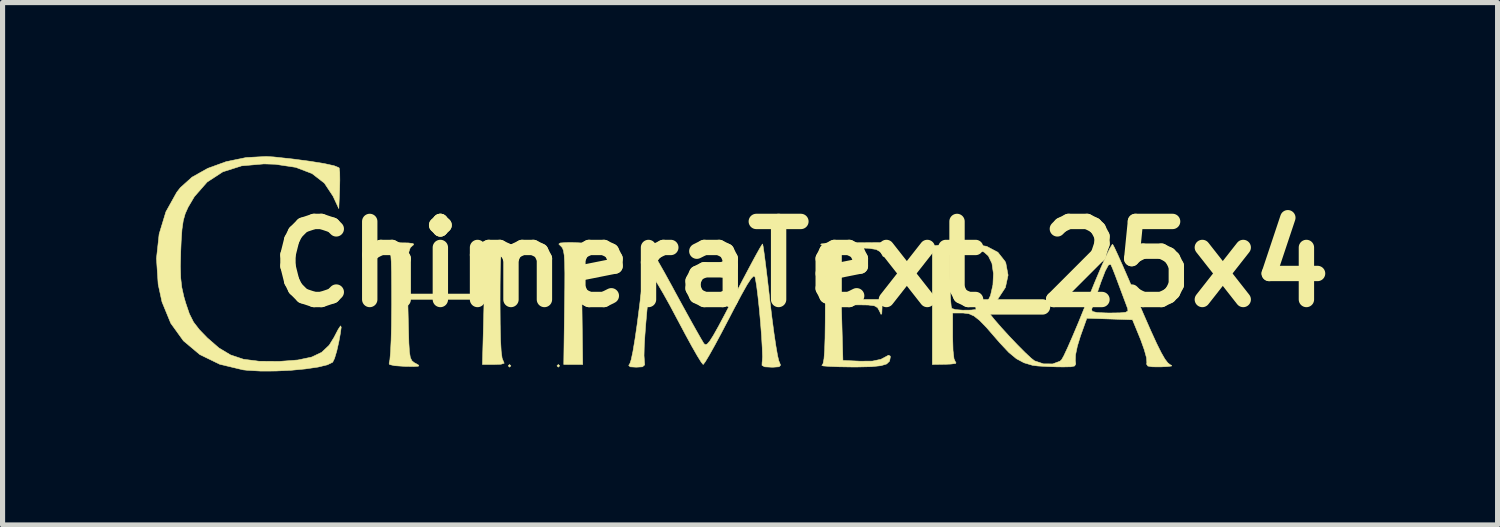
<source format=kicad_pcb>
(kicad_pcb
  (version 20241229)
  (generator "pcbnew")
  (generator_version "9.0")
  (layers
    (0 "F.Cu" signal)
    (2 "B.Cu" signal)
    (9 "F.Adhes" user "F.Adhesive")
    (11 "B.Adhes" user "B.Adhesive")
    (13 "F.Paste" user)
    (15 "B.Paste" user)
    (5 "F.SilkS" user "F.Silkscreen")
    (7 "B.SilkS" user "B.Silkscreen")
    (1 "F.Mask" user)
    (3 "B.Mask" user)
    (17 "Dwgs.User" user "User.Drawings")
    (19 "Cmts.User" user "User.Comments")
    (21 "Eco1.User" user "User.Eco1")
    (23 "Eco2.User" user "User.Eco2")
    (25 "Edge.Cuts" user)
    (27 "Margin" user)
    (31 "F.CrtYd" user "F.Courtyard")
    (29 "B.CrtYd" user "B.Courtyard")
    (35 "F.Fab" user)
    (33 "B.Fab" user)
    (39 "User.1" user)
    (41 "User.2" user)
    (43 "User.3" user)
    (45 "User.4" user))
  (footprint "ChimeraText_25x4"
    (layer "F.Cu")
    (at 12.587 2.108)
    (property "Reference" "ChimeraText_25x4" (at 0 0 0) (layer "F.SilkS") (effects (font (size 1.524 1.524) (thickness 0.3))))
    (attr through_hole)
    (fp_poly (pts (xy -5.662 1.984) (xy -5.689 2.011) (xy -5.715 1.984) (xy -5.689 1.958) (xy -5.662 1.984)) (stroke (width 0.01) (type solid)) (fill yes) (layer "F.SilkS"))
    (fp_poly (pts (xy -4.71 1.984) (xy -4.736 2.011) (xy -4.763 1.984) (xy -4.736 1.958) (xy -4.71 1.984)) (stroke (width 0.01) (type solid)) (fill yes) (layer "F.SilkS"))
    (fp_poly (pts (xy 2.469 -0.406) (xy 2.462 -0.374) (xy 2.434 -0.37) (xy 2.391 -0.39) (xy 2.399 -0.406) (xy 2.462 -0.412) (xy 2.469 -0.406)) (stroke (width 0.01) (type solid)) (fill yes) (layer "F.SilkS"))
    (fp_poly (pts (xy -4.307 -0.416) (xy -4.223 -0.399) (xy -4.222 -0.378) (xy -4.245 -0.34) (xy -4.262 -0.252) (xy -4.273 -0.102) (xy -4.278 0.121) (xy -4.279 0.427) (xy -4.275 0.811) (xy -4.26 1.958) (xy -4.445 1.958) (xy -4.63 1.958) (xy -4.615 0.834) (xy -4.61 0.459) (xy -4.609 0.175) (xy -4.613 -0.031) (xy -4.621 -0.173) (xy -4.636 -0.264) (xy -4.657 -0.32) (xy -4.686 -0.353) (xy -4.691 -0.356) (xy -4.727 -0.393) (xy -4.698 -0.414) (xy -4.587 -0.422) (xy -4.468 -0.423) (xy -4.307 -0.416)) (stroke (width 0.01) (type solid)) (fill yes) (layer "F.SilkS"))
    (fp_poly (pts (xy 1.636 -0.251) (xy 1.626 -0.158) (xy 1.606 -0.149) (xy 1.602 -0.159) (xy 1.554 -0.24) (xy 1.469 -0.288) (xy 1.325 -0.311) (xy 1.124 -0.317) (xy 0.794 -0.318) (xy 0.794 0.688) (xy 1.587 0.688) (xy 1.584 0.86) (xy 1.579 0.968) (xy 1.564 0.98) (xy 1.533 0.913) (xy 1.496 0.848) (xy 1.432 0.812) (xy 1.314 0.797) (xy 1.138 0.794) (xy 0.79 0.794) (xy 0.805 1.336) (xy 0.82 1.879) (xy 1.156 1.894) (xy 1.398 1.892) (xy 1.562 1.857) (xy 1.619 1.827) (xy 1.711 1.777) (xy 1.745 1.795) (xy 1.746 1.814) (xy 1.731 1.893) (xy 1.674 1.948) (xy 1.562 1.982) (xy 1.379 2.001) (xy 1.111 2.007) (xy 0.982 2.007) (xy 0.744 2.003) (xy 0.557 1.996) (xy 0.439 1.987) (xy 0.408 1.977) (xy 0.41 1.976) (xy 0.433 1.94) (xy 0.451 1.845) (xy 0.463 1.683) (xy 0.471 1.443) (xy 0.475 1.115) (xy 0.476 0.793) (xy 0.476 0.413) (xy 0.473 0.126) (xy 0.468 -0.082) (xy 0.458 -0.224) (xy 0.444 -0.312) (xy 0.423 -0.361) (xy 0.395 -0.383) (xy 0.384 -0.387) (xy 0.398 -0.396) (xy 0.501 -0.405) (xy 0.677 -0.412) (xy 0.911 -0.417) (xy 0.966 -0.417) (xy 1.64 -0.423) (xy 1.636 -0.251)) (stroke (width 0.01) (type solid)) (fill yes) (layer "F.SilkS"))
    (fp_poly (pts (xy -6.058 -0.422) (xy -5.867 -0.417) (xy -5.772 -0.404) (xy -5.762 -0.38) (xy -5.781 -0.366) (xy -5.813 -0.339) (xy -5.836 -0.29) (xy -5.853 -0.204) (xy -5.864 -0.069) (xy -5.87 0.131) (xy -5.873 0.409) (xy -5.874 0.759) (xy -5.871 1.168) (xy -5.864 1.478) (xy -5.852 1.698) (xy -5.834 1.834) (xy -5.81 1.894) (xy -5.793 1.934) (xy -5.854 1.953) (xy -5.982 1.958) (xy -6.218 1.958) (xy -6.201 1.323) (xy -6.185 0.688) (xy -7.676 0.688) (xy -7.661 1.282) (xy -7.654 1.54) (xy -7.643 1.713) (xy -7.626 1.821) (xy -7.596 1.884) (xy -7.551 1.922) (xy -7.516 1.94) (xy -7.459 1.974) (xy -7.468 1.992) (xy -7.557 1.998) (xy -7.737 1.995) (xy -7.738 1.995) (xy -7.929 1.982) (xy -8.03 1.96) (xy -8.04 1.934) (xy -8.025 1.868) (xy -8.012 1.712) (xy -8.001 1.484) (xy -7.994 1.198) (xy -7.991 0.872) (xy -7.99 0.791) (xy -7.991 0.425) (xy -7.993 0.151) (xy -7.998 -0.046) (xy -8.007 -0.18) (xy -8.023 -0.264) (xy -8.046 -0.313) (xy -8.077 -0.342) (xy -8.109 -0.359) (xy -8.155 -0.389) (xy -8.13 -0.407) (xy -8.023 -0.415) (xy -7.858 -0.418) (xy -7.667 -0.415) (xy -7.571 -0.403) (xy -7.561 -0.38) (xy -7.58 -0.366) (xy -7.627 -0.321) (xy -7.655 -0.238) (xy -7.669 -0.095) (xy -7.673 0.131) (xy -7.673 0.582) (xy -6.191 0.582) (xy -6.191 0.162) (xy -6.194 -0.054) (xy -6.208 -0.189) (xy -6.238 -0.272) (xy -6.291 -0.328) (xy -6.309 -0.341) (xy -6.363 -0.384) (xy -6.363 -0.408) (xy -6.292 -0.419) (xy -6.137 -0.422) (xy -6.058 -0.422)) (stroke (width 0.01) (type solid)) (fill yes) (layer "F.SilkS"))
    (fp_poly (pts (xy -10.292 -2.094) (xy -9.898 -2.051) (xy -9.563 -2.006) (xy -9.299 -1.963) (xy -9.114 -1.922) (xy -9.022 -1.885) (xy -9.014 -1.876) (xy -9.004 -1.795) (xy -9.002 -1.642) (xy -9.006 -1.45) (xy -9.022 -1.085) (xy -9.135 -1.328) (xy -9.303 -1.582) (xy -9.544 -1.769) (xy -9.863 -1.891) (xy -10.263 -1.951) (xy -10.484 -1.958) (xy -10.919 -1.92) (xy -11.287 -1.803) (xy -11.592 -1.604) (xy -11.842 -1.319) (xy -11.965 -1.111) (xy -12.021 -0.986) (xy -12.059 -0.851) (xy -12.084 -0.679) (xy -12.1 -0.444) (xy -12.108 -0.253) (xy -12.115 0.043) (xy -12.109 0.266) (xy -12.088 0.451) (xy -12.048 0.631) (xy -12.013 0.753) (xy -11.94 0.968) (xy -11.859 1.13) (xy -11.743 1.28) (xy -11.589 1.439) (xy -11.362 1.636) (xy -11.135 1.772) (xy -10.883 1.856) (xy -10.58 1.895) (xy -10.203 1.898) (xy -10.169 1.897) (xy -9.819 1.87) (xy -9.554 1.814) (xy -9.357 1.721) (xy -9.21 1.582) (xy -9.117 1.432) (xy -9.034 1.273) (xy -8.988 1.204) (xy -8.975 1.23) (xy -8.992 1.353) (xy -9.02 1.508) (xy -9.062 1.695) (xy -9.106 1.841) (xy -9.142 1.914) (xy -9.244 1.964) (xy -9.429 2.009) (xy -9.675 2.045) (xy -9.958 2.072) (xy -10.257 2.086) (xy -10.548 2.087) (xy -10.808 2.072) (xy -10.89 2.063) (xy -11.347 1.954) (xy -11.737 1.764) (xy -12.056 1.496) (xy -12.303 1.153) (xy -12.474 0.737) (xy -12.549 0.392) (xy -12.582 -0.111) (xy -12.53 -0.588) (xy -12.398 -1.023) (xy -12.188 -1.401) (xy -12.117 -1.493) (xy -11.888 -1.699) (xy -11.581 -1.871) (xy -11.221 -2.002) (xy -10.832 -2.082) (xy -10.441 -2.103) (xy -10.292 -2.094)) (stroke (width 0.01) (type solid)) (fill yes) (layer "F.SilkS"))
    (fp_poly (pts (xy -0.736 -0.338) (xy -0.715 -0.193) (xy -0.687 0.025) (xy -0.653 0.302) (xy -0.616 0.62) (xy -0.606 0.708) (xy -0.566 1.042) (xy -0.526 1.344) (xy -0.488 1.599) (xy -0.455 1.787) (xy -0.43 1.892) (xy -0.425 1.901) (xy -0.397 1.971) (xy -0.426 2.003) (xy -0.536 2.011) (xy -0.575 2.011) (xy -0.708 2.004) (xy -0.76 1.975) (xy -0.757 1.907) (xy -0.755 1.9) (xy -0.749 1.808) (xy -0.755 1.635) (xy -0.768 1.407) (xy -0.788 1.146) (xy -0.812 0.879) (xy -0.839 0.629) (xy -0.865 0.421) (xy -0.889 0.28) (xy -0.898 0.244) (xy -0.924 0.232) (xy -0.974 0.283) (xy -1.053 0.404) (xy -1.165 0.604) (xy -1.316 0.889) (xy -1.4 1.051) (xy -1.547 1.332) (xy -1.679 1.578) (xy -1.788 1.773) (xy -1.867 1.905) (xy -1.907 1.958) (xy -1.909 1.958) (xy -1.946 1.913) (xy -2.023 1.789) (xy -2.131 1.6) (xy -2.262 1.36) (xy -2.408 1.085) (xy -2.409 1.084) (xy -2.554 0.811) (xy -2.685 0.576) (xy -2.793 0.392) (xy -2.87 0.274) (xy -2.907 0.236) (xy -2.907 0.236) (xy -2.928 0.296) (xy -2.952 0.44) (xy -2.978 0.644) (xy -3.004 0.886) (xy -3.027 1.144) (xy -3.046 1.394) (xy -3.059 1.616) (xy -3.063 1.785) (xy -3.057 1.874) (xy -3.05 1.966) (xy -3.094 2.004) (xy -3.215 2.011) (xy -3.333 2.004) (xy -3.362 1.976) (xy -3.337 1.936) (xy -3.313 1.862) (xy -3.279 1.701) (xy -3.24 1.467) (xy -3.198 1.179) (xy -3.156 0.853) (xy -3.144 0.758) (xy -3.105 0.427) (xy -3.069 0.132) (xy -3.038 -0.112) (xy -3.015 -0.289) (xy -3.002 -0.381) (xy -3 -0.389) (xy -2.972 -0.359) (xy -2.902 -0.248) (xy -2.797 -0.07) (xy -2.665 0.162) (xy -2.514 0.436) (xy -2.473 0.513) (xy -2.313 0.806) (xy -2.167 1.071) (xy -2.043 1.293) (xy -1.95 1.456) (xy -1.897 1.545) (xy -1.892 1.552) (xy -1.865 1.572) (xy -1.829 1.559) (xy -1.779 1.501) (xy -1.708 1.389) (xy -1.609 1.213) (xy -1.476 0.963) (xy -1.302 0.628) (xy -1.296 0.615) (xy -1.141 0.317) (xy -1.002 0.054) (xy -0.887 -0.16) (xy -0.802 -0.312) (xy -0.755 -0.388) (xy -0.748 -0.394) (xy -0.736 -0.338)) (stroke (width 0.01) (type solid)) (fill yes) (layer "F.SilkS"))
    (fp_poly (pts (xy 3.627 -0.348) (xy 3.845 -0.233) (xy 3.986 -0.054) (xy 4.001 -0.021) (xy 4.045 0.214) (xy 3.993 0.454) (xy 3.849 0.674) (xy 3.811 0.714) (xy 3.711 0.818) (xy 3.656 0.894) (xy 3.651 0.908) (xy 3.686 0.968) (xy 3.779 1.083) (xy 3.911 1.235) (xy 4.067 1.406) (xy 4.228 1.575) (xy 4.377 1.725) (xy 4.496 1.836) (xy 4.563 1.888) (xy 4.737 1.946) (xy 4.916 1.947) (xy 5.059 1.894) (xy 5.09 1.865) (xy 5.132 1.791) (xy 5.206 1.633) (xy 5.305 1.407) (xy 5.422 1.13) (xy 5.521 0.886) (xy 5.675 0.886) (xy 5.691 0.923) (xy 5.782 0.944) (xy 5.961 0.952) (xy 6.032 0.953) (xy 6.229 0.95) (xy 6.34 0.939) (xy 6.384 0.914) (xy 6.381 0.87) (xy 6.377 0.86) (xy 6.342 0.766) (xy 6.282 0.606) (xy 6.21 0.413) (xy 6.204 0.397) (xy 6.136 0.215) (xy 6.081 0.075) (xy 6.049 0.004) (xy 6.047 0.002) (xy 6.005 0.016) (xy 5.942 0.132) (xy 5.858 0.349) (xy 5.814 0.476) (xy 5.752 0.66) (xy 5.702 0.808) (xy 5.675 0.886) (xy 5.521 0.886) (xy 5.55 0.817) (xy 5.608 0.671) (xy 5.736 0.356) (xy 5.852 0.081) (xy 5.952 -0.143) (xy 6.028 -0.301) (xy 6.076 -0.381) (xy 6.087 -0.387) (xy 6.12 -0.327) (xy 6.186 -0.185) (xy 6.279 0.022) (xy 6.391 0.278) (xy 6.51 0.556) (xy 6.687 0.97) (xy 6.83 1.296) (xy 6.944 1.545) (xy 7.034 1.726) (xy 7.105 1.85) (xy 7.163 1.926) (xy 7.212 1.965) (xy 7.235 1.974) (xy 7.239 1.988) (xy 7.156 1.999) (xy 7.03 2.005) (xy 6.86 2.004) (xy 6.774 1.989) (xy 6.749 1.952) (xy 6.754 1.918) (xy 6.747 1.826) (xy 6.704 1.67) (xy 6.636 1.48) (xy 6.626 1.455) (xy 6.474 1.085) (xy 6.028 1.07) (xy 5.583 1.055) (xy 5.458 1.403) (xy 5.398 1.598) (xy 5.362 1.771) (xy 5.358 1.881) (xy 5.366 1.948) (xy 5.345 1.987) (xy 5.273 2.003) (xy 5.129 2.006) (xy 5.007 2.005) (xy 4.802 1.998) (xy 4.629 1.988) (xy 4.524 1.975) (xy 4.524 1.975) (xy 4.356 1.925) (xy 4.208 1.846) (xy 4.057 1.721) (xy 3.879 1.531) (xy 3.807 1.448) (xy 3.624 1.237) (xy 3.487 1.096) (xy 3.377 1.01) (xy 3.277 0.967) (xy 3.167 0.953) (xy 3.126 0.953) (xy 2.963 0.953) (xy 2.963 1.424) (xy 2.97 1.684) (xy 2.989 1.846) (xy 3.022 1.919) (xy 3.029 1.923) (xy 3.021 1.938) (xy 2.929 1.95) (xy 2.831 1.954) (xy 2.566 1.958) (xy 2.566 0.249) (xy 2.91 0.249) (xy 2.913 0.487) (xy 2.922 0.685) (xy 2.934 0.818) (xy 2.946 0.864) (xy 3.02 0.887) (xy 3.159 0.898) (xy 3.319 0.896) (xy 3.46 0.881) (xy 3.517 0.867) (xy 3.623 0.775) (xy 3.702 0.61) (xy 3.749 0.403) (xy 3.759 0.184) (xy 3.73 -0.016) (xy 3.659 -0.162) (xy 3.576 -0.236) (xy 3.454 -0.28) (xy 3.262 -0.305) (xy 3.236 -0.307) (xy 2.91 -0.33) (xy 2.91 0.249) (xy 2.566 0.249) (xy 2.566 -0.358) (xy 2.947 -0.393) (xy 3.329 -0.401) (xy 3.627 -0.348)) (stroke (width 0.01) (type solid)) (fill yes) (layer "F.SilkS")))
  (gr_rect
    (start -3 -3)
    (end 26.189 7.2)
    (stroke (width 0.1) (type default))
    (fill no)
    (layer "Edge.Cuts")))
</source>
